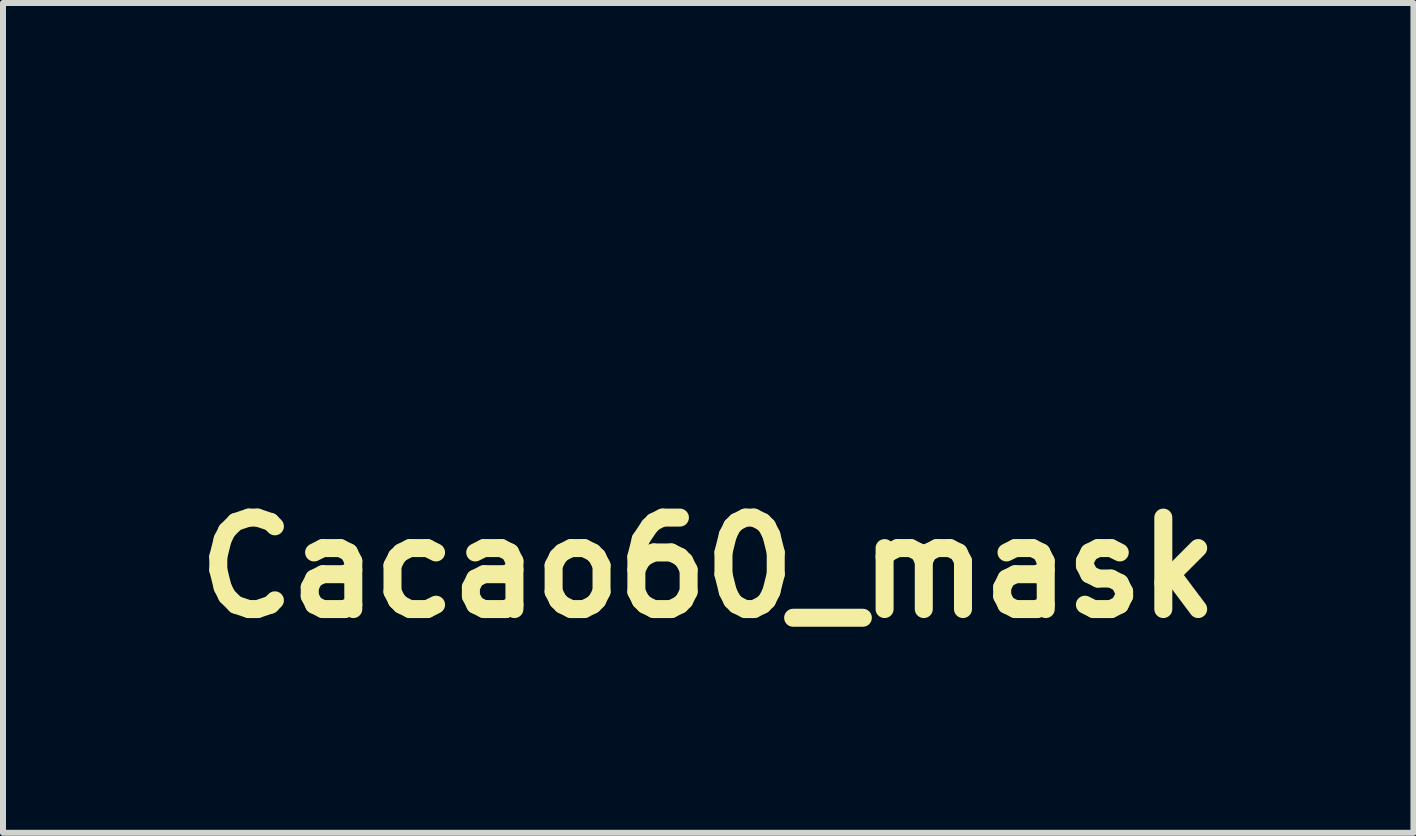
<source format=kicad_pcb>
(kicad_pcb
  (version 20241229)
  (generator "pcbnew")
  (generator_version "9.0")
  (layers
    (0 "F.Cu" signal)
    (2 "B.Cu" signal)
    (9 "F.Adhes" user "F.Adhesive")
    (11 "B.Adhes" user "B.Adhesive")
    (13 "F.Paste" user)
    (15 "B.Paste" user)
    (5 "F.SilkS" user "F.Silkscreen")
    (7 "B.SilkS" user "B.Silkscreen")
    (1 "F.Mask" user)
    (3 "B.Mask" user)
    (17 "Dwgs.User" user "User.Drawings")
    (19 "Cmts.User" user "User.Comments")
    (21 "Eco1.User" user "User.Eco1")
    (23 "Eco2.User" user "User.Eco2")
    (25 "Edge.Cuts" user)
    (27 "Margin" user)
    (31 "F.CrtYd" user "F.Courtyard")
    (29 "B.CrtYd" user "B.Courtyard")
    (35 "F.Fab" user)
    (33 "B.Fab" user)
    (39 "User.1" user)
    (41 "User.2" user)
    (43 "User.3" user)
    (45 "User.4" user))
  (footprint "Cacao60_mask"
    (layer "F.Cu")
    (at 8.752 6.41)
    (property "Reference" "Cacao60_mask" (at 0 0 0) (layer "F.SilkS") (effects (font (size 1.524 1.524) (thickness 0.3))))
    (attr through_hole)
    (fp_poly (pts (xy -3.153 -5.949) (xy -3.091 -5.823) (xy -3.035 -5.711) (xy -2.987 -5.616) (xy -2.949 -5.546) (xy -2.924 -5.503) (xy -2.916 -5.493) (xy -2.883 -5.49) (xy -2.817 -5.482) (xy -2.727 -5.47) (xy -2.62 -5.454) (xy -2.502 -5.437) (xy -2.382 -5.419) (xy -2.265 -5.401) (xy -2.159 -5.384) (xy -2.071 -5.369) (xy -2.009 -5.358) (xy -1.979 -5.351) (xy -1.977 -5.35) (xy -1.987 -5.333) (xy -2.022 -5.29) (xy -2.08 -5.227) (xy -2.155 -5.148) (xy -2.245 -5.056) (xy -2.31 -4.991) (xy -2.658 -4.645) (xy -2.576 -4.169) (xy -2.554 -4.034) (xy -2.535 -3.913) (xy -2.52 -3.812) (xy -2.509 -3.736) (xy -2.505 -3.692) (xy -2.506 -3.682) (xy -2.526 -3.689) (xy -2.578 -3.712) (xy -2.656 -3.749) (xy -2.754 -3.799) (xy -2.869 -3.858) (xy -2.947 -3.899) (xy -3.376 -4.127) (xy -3.542 -4.038) (xy -3.622 -3.995) (xy -3.727 -3.94) (xy -3.844 -3.878) (xy -3.961 -3.817) (xy -3.987 -3.802) (xy -4.268 -3.655) (xy -4.101 -4.648) (xy -4.45 -4.997) (xy -4.572 -5.121) (xy -4.665 -5.219) (xy -4.73 -5.291) (xy -4.765 -5.337) (xy -4.77 -5.356) (xy -4.769 -5.356) (xy -4.741 -5.362) (xy -4.678 -5.372) (xy -4.586 -5.386) (xy -4.473 -5.404) (xy -4.344 -5.423) (xy -4.285 -5.431) (xy -4.153 -5.45) (xy -4.037 -5.468) (xy -3.94 -5.482) (xy -3.87 -5.493) (xy -3.833 -5.499) (xy -3.828 -5.5) (xy -3.818 -5.519) (xy -3.793 -5.569) (xy -3.754 -5.646) (xy -3.704 -5.746) (xy -3.646 -5.861) (xy -3.6 -5.954) (xy -3.374 -6.405) (xy -3.153 -5.949)) (stroke (width 0.01) (type solid)) (fill yes) (layer "F.Mask"))
    (fp_poly (pts (xy 4.384 -5.954) (xy 4.447 -5.829) (xy 4.503 -5.717) (xy 4.55 -5.623) (xy 4.586 -5.553) (xy 4.607 -5.51) (xy 4.613 -5.5) (xy 4.633 -5.496) (xy 4.689 -5.487) (xy 4.774 -5.475) (xy 4.883 -5.459) (xy 5.009 -5.441) (xy 5.091 -5.429) (xy 5.226 -5.41) (xy 5.347 -5.392) (xy 5.448 -5.377) (xy 5.523 -5.365) (xy 5.566 -5.357) (xy 5.575 -5.355) (xy 5.563 -5.339) (xy 5.527 -5.298) (xy 5.468 -5.236) (xy 5.392 -5.157) (xy 5.302 -5.065) (xy 5.234 -4.996) (xy 4.884 -4.646) (xy 4.968 -4.151) (xy 4.992 -4.013) (xy 5.012 -3.891) (xy 5.029 -3.788) (xy 5.042 -3.712) (xy 5.049 -3.666) (xy 5.051 -3.656) (xy 5.033 -3.665) (xy 4.983 -3.691) (xy 4.908 -3.731) (xy 4.81 -3.783) (xy 4.696 -3.844) (xy 4.605 -3.892) (xy 4.161 -4.127) (xy 4.017 -4.049) (xy 3.856 -3.962) (xy 3.708 -3.884) (xy 3.576 -3.815) (xy 3.465 -3.759) (xy 3.378 -3.717) (xy 3.319 -3.691) (xy 3.291 -3.682) (xy 3.29 -3.683) (xy 3.29 -3.706) (xy 3.297 -3.763) (xy 3.309 -3.85) (xy 3.326 -3.96) (xy 3.346 -4.087) (xy 3.36 -4.17) (xy 3.442 -4.645) (xy 3.095 -4.991) (xy 2.998 -5.088) (xy 2.913 -5.176) (xy 2.843 -5.25) (xy 2.793 -5.306) (xy 2.765 -5.341) (xy 2.762 -5.349) (xy 2.786 -5.356) (xy 2.845 -5.367) (xy 2.933 -5.382) (xy 3.044 -5.399) (xy 3.171 -5.419) (xy 3.241 -5.429) (xy 3.375 -5.448) (xy 3.494 -5.466) (xy 3.594 -5.482) (xy 3.668 -5.494) (xy 3.71 -5.501) (xy 3.717 -5.503) (xy 3.729 -5.523) (xy 3.756 -5.575) (xy 3.796 -5.654) (xy 3.846 -5.755) (xy 3.903 -5.872) (xy 3.944 -5.958) (xy 4.159 -6.405) (xy 4.384 -5.954)) (stroke (width 0.01) (type solid)) (fill yes) (layer "F.Mask"))
    (fp_poly (pts (xy 0.405 -6.363) (xy 0.433 -6.313) (xy 0.473 -6.236) (xy 0.523 -6.138) (xy 0.58 -6.022) (xy 0.62 -5.94) (xy 0.834 -5.499) (xy 1.31 -5.431) (xy 1.446 -5.412) (xy 1.569 -5.393) (xy 1.672 -5.377) (xy 1.749 -5.364) (xy 1.796 -5.355) (xy 1.806 -5.352) (xy 1.797 -5.336) (xy 1.762 -5.295) (xy 1.704 -5.233) (xy 1.628 -5.156) (xy 1.537 -5.066) (xy 1.467 -4.998) (xy 1.109 -4.655) (xy 1.186 -4.202) (xy 1.209 -4.067) (xy 1.23 -3.944) (xy 1.248 -3.839) (xy 1.263 -3.759) (xy 1.272 -3.71) (xy 1.274 -3.7) (xy 1.275 -3.683) (xy 1.266 -3.677) (xy 1.24 -3.683) (xy 1.192 -3.705) (xy 1.118 -3.742) (xy 1.03 -3.789) (xy 0.915 -3.85) (xy 0.792 -3.915) (xy 0.676 -3.975) (xy 0.583 -4.022) (xy 0.392 -4.119) (xy 0.222 -4.032) (xy 0.139 -3.99) (xy 0.032 -3.934) (xy -0.086 -3.873) (xy -0.202 -3.811) (xy -0.224 -3.799) (xy -0.329 -3.743) (xy -0.403 -3.705) (xy -0.451 -3.683) (xy -0.479 -3.675) (xy -0.49 -3.679) (xy -0.491 -3.694) (xy -0.488 -3.71) (xy -0.481 -3.748) (xy -0.468 -3.819) (xy -0.451 -3.917) (xy -0.431 -4.034) (xy -0.408 -4.165) (xy -0.4 -4.212) (xy -0.324 -4.656) (xy -0.684 -5) (xy -0.81 -5.123) (xy -0.906 -5.22) (xy -0.971 -5.29) (xy -1.007 -5.335) (xy -1.013 -5.355) (xy -1.012 -5.355) (xy -0.984 -5.361) (xy -0.923 -5.371) (xy -0.836 -5.384) (xy -0.73 -5.4) (xy -0.612 -5.418) (xy -0.49 -5.436) (xy -0.371 -5.453) (xy -0.262 -5.468) (xy -0.17 -5.481) (xy -0.104 -5.489) (xy -0.069 -5.493) (xy -0.068 -5.493) (xy -0.054 -5.511) (xy -0.025 -5.561) (xy 0.016 -5.638) (xy 0.067 -5.737) (xy 0.125 -5.853) (xy 0.165 -5.937) (xy 0.226 -6.061) (xy 0.28 -6.172) (xy 0.327 -6.264) (xy 0.363 -6.333) (xy 0.386 -6.373) (xy 0.393 -6.381) (xy 0.405 -6.363)) (stroke (width 0.01) (type solid)) (fill yes) (layer "F.Mask")))
  (gr_rect
    (start -3 -3)
    (end 20.504 10.828)
    (stroke (width 0.1) (type default))
    (fill no)
    (layer "Edge.Cuts")))
</source>
